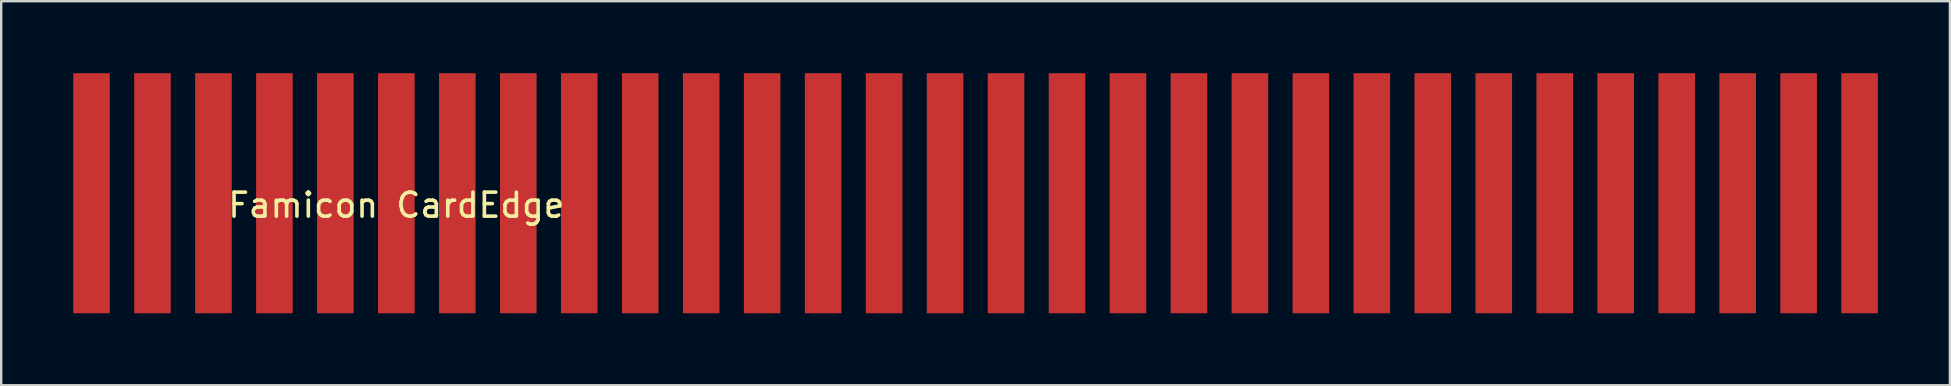
<source format=kicad_pcb>
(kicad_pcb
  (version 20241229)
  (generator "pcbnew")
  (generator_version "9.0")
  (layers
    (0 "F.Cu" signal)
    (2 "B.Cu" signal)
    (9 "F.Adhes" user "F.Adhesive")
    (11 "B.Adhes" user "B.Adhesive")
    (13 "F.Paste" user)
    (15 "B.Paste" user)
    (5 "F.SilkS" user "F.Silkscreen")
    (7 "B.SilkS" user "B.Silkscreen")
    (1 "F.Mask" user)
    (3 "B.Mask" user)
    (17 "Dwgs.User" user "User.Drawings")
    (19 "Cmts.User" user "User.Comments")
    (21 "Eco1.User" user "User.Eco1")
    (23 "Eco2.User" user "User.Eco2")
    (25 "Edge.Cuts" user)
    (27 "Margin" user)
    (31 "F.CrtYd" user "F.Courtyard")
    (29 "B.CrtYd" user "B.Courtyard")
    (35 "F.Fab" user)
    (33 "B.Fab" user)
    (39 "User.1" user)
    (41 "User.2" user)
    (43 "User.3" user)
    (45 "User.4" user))
  (footprint "Famicon CardEdge"
    (layer "F.Cu")
    (at 13.462 5)
    (property "Reference" "Famicon CardEdge" (at 0 0.5 0) (layer "F.SilkS") (effects (font (size 1 1) (thickness 0.15))))
    (attr through_hole)
    (pad "1" connect rect (at -12.7 0) (size 1.524 10) (layers "F.Cu" "F.Mask"))
    (pad "2" connect rect (at -10.16 0) (size 1.524 10) (layers "F.Cu" "F.Mask"))
    (pad "3" connect rect (at -7.62 0) (size 1.524 10) (layers "F.Cu" "F.Mask"))
    (pad "4" connect rect (at -5.08 0) (size 1.524 10) (layers "F.Cu" "F.Mask"))
    (pad "5" connect rect (at -2.54 0) (size 1.524 10) (layers "F.Cu" "F.Mask"))
    (pad "6" connect rect (at 0 0) (size 1.524 10) (layers "F.Cu" "F.Mask"))
    (pad "7" connect rect (at 2.54 0) (size 1.524 10) (layers "F.Cu" "F.Mask"))
    (pad "8" connect rect (at 5.08 0) (size 1.524 10) (layers "F.Cu" "F.Mask"))
    (pad "9" connect rect (at 7.62 0) (size 1.524 10) (layers "F.Cu" "F.Mask"))
    (pad "10" connect rect (at 10.16 0) (size 1.524 10) (layers "F.Cu" "F.Mask"))
    (pad "11" connect rect (at 12.7 0) (size 1.524 10) (layers "F.Cu" "F.Mask"))
    (pad "12" connect rect (at 15.24 0) (size 1.524 10) (layers "F.Cu" "F.Mask"))
    (pad "13" connect rect (at 17.78 0) (size 1.524 10) (layers "F.Cu" "F.Mask"))
    (pad "14" connect rect (at 20.32 0) (size 1.524 10) (layers "F.Cu" "F.Mask"))
    (pad "15" connect rect (at 22.86 0) (size 1.524 10) (layers "F.Cu" "F.Mask"))
    (pad "16" connect rect (at 25.4 0) (size 1.524 10) (layers "F.Cu" "F.Mask"))
    (pad "17" connect rect (at 27.94 0) (size 1.524 10) (layers "F.Cu" "F.Mask"))
    (pad "18" connect rect (at 30.48 0) (size 1.524 10) (layers "F.Cu" "F.Mask"))
    (pad "19" connect rect (at 33.02 0) (size 1.524 10) (layers "F.Cu" "F.Mask"))
    (pad "20" connect rect (at 35.56 0) (size 1.524 10) (layers "F.Cu" "F.Mask"))
    (pad "21" connect rect (at 38.1 0) (size 1.524 10) (layers "F.Cu" "F.Mask"))
    (pad "22" connect rect (at 40.64 0) (size 1.524 10) (layers "F.Cu" "F.Mask"))
    (pad "23" connect rect (at 43.18 0) (size 1.524 10) (layers "F.Cu" "F.Mask"))
    (pad "24" connect rect (at 45.72 0) (size 1.524 10) (layers "F.Cu" "F.Mask"))
    (pad "25" connect rect (at 48.26 0) (size 1.524 10) (layers "F.Cu" "F.Mask"))
    (pad "26" connect rect (at 50.8 0) (size 1.524 10) (layers "F.Cu" "F.Mask"))
    (pad "27" connect rect (at 53.34 0) (size 1.524 10) (layers "F.Cu" "F.Mask"))
    (pad "28" connect rect (at 55.88 0) (size 1.524 10) (layers "F.Cu" "F.Mask"))
    (pad "29" connect rect (at 58.42 0) (size 1.524 10) (layers "F.Cu" "F.Mask"))
    (pad "30" connect rect (at 60.96 0) (size 1.524 10) (layers "F.Cu" "F.Mask")))
  (gr_rect
    (start -3 -3)
    (end 78.184 13)
    (stroke (width 0.1) (type default))
    (fill no)
    (layer "Edge.Cuts")))
</source>
